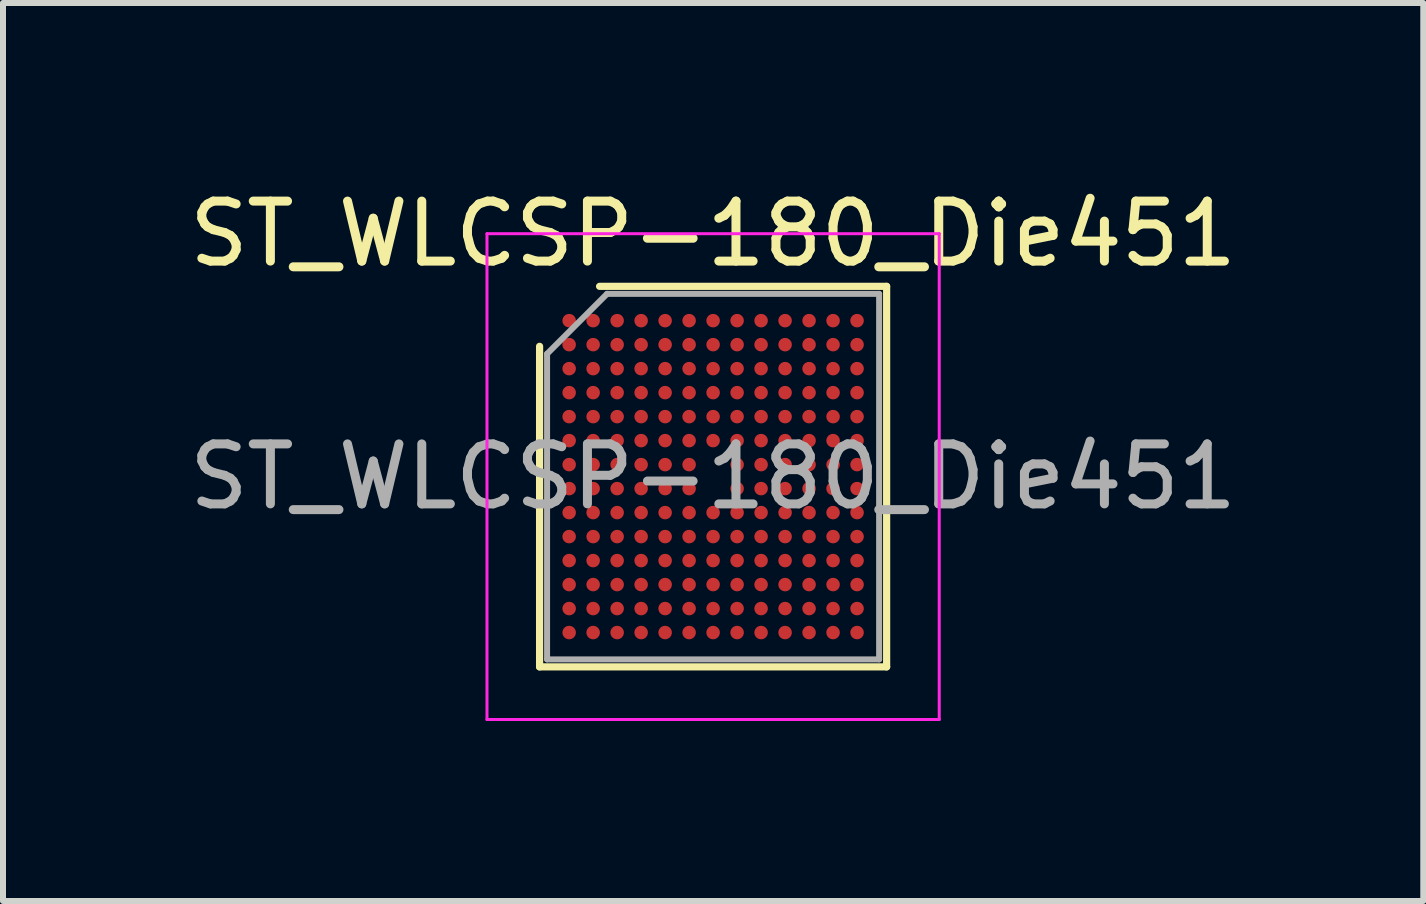
<source format=kicad_pcb>
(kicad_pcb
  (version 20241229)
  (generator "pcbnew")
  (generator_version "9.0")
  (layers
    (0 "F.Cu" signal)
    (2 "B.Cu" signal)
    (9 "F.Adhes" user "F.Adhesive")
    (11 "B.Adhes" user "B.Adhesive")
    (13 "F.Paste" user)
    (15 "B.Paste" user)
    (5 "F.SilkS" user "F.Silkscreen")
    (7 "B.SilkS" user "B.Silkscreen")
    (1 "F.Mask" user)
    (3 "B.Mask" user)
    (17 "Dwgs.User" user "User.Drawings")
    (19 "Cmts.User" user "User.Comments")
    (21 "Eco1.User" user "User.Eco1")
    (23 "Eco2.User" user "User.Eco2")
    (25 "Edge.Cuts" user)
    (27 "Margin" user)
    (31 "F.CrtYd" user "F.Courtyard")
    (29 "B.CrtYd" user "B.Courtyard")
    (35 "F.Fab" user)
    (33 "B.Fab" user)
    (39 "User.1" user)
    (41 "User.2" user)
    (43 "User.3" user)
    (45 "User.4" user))
  (footprint "ST_WLCSP-180_Die451"
    (layer "F.Cu")
    (at 8.839 4.896)
    (property "Reference" "ST_WLCSP-180_Die451" (at 0 -4.048 0) (layer "F.SilkS") (effects (font (size 1 1) (thickness 0.15))))
    (attr smd)
    (fp_line (start -2.893 3.172) (end -2.893 -2.172) (stroke (width 0.12) (type solid)) (layer "F.SilkS"))
    (fp_line (start -1.893 -3.172) (end 2.893 -3.172) (stroke (width 0.12) (type solid)) (layer "F.SilkS"))
    (fp_line (start 2.893 -3.172) (end 2.893 3.172) (stroke (width 0.12) (type solid)) (layer "F.SilkS"))
    (fp_line (start 2.893 3.172) (end -2.893 3.172) (stroke (width 0.12) (type solid)) (layer "F.SilkS"))
    (fp_line (start -3.77 -4.05) (end -3.77 4.05) (stroke (width 0.05) (type solid)) (layer "F.CrtYd"))
    (fp_line (start -3.77 4.05) (end 3.77 4.05) (stroke (width 0.05) (type solid)) (layer "F.CrtYd"))
    (fp_line (start 3.77 -4.05) (end -3.77 -4.05) (stroke (width 0.05) (type solid)) (layer "F.CrtYd"))
    (fp_line (start 3.77 4.05) (end 3.77 -4.05) (stroke (width 0.05) (type solid)) (layer "F.CrtYd"))
    (fp_line (start -2.768 -2.047) (end -1.768 -3.047) (stroke (width 0.1) (type solid)) (layer "F.Fab"))
    (fp_line (start -2.768 3.047) (end -2.768 -2.047) (stroke (width 0.1) (type solid)) (layer "F.Fab"))
    (fp_line (start -1.768 -3.047) (end 2.768 -3.047) (stroke (width 0.1) (type solid)) (layer "F.Fab"))
    (fp_line (start 2.768 -3.047) (end 2.768 3.047) (stroke (width 0.1) (type solid)) (layer "F.Fab"))
    (fp_line (start 2.768 3.047) (end -2.768 3.047) (stroke (width 0.1) (type solid)) (layer "F.Fab"))
    (fp_text user "${REFERENCE}" (at 0 0 0) (layer "F.Fab") (effects (font (size 1 1) (thickness 0.15))))
    (pad "A1" smd circle (at -2.4 -2.6) (size 0.225 0.225) (layers "F.Cu" "F.Mask" "F.Paste"))
    (pad "A2" smd circle (at -2 -2.6) (size 0.225 0.225) (layers "F.Cu" "F.Mask" "F.Paste"))
    (pad "A3" smd circle (at -1.6 -2.6) (size 0.225 0.225) (layers "F.Cu" "F.Mask" "F.Paste"))
    (pad "A4" smd circle (at -1.2 -2.6) (size 0.225 0.225) (layers "F.Cu" "F.Mask" "F.Paste"))
    (pad "A5" smd circle (at -0.8 -2.6) (size 0.225 0.225) (layers "F.Cu" "F.Mask" "F.Paste"))
    (pad "A6" smd circle (at -0.4 -2.6) (size 0.225 0.225) (layers "F.Cu" "F.Mask" "F.Paste"))
    (pad "A7" smd circle (at 0 -2.6) (size 0.225 0.225) (layers "F.Cu" "F.Mask" "F.Paste"))
    (pad "A8" smd circle (at 0.4 -2.6) (size 0.225 0.225) (layers "F.Cu" "F.Mask" "F.Paste"))
    (pad "A9" smd circle (at 0.8 -2.6) (size 0.225 0.225) (layers "F.Cu" "F.Mask" "F.Paste"))
    (pad "A10" smd circle (at 1.2 -2.6) (size 0.225 0.225) (layers "F.Cu" "F.Mask" "F.Paste"))
    (pad "A11" smd circle (at 1.6 -2.6) (size 0.225 0.225) (layers "F.Cu" "F.Mask" "F.Paste"))
    (pad "A12" smd circle (at 2 -2.6) (size 0.225 0.225) (layers "F.Cu" "F.Mask" "F.Paste"))
    (pad "A13" smd circle (at 2.4 -2.6) (size 0.225 0.225) (layers "F.Cu" "F.Mask" "F.Paste"))
    (pad "B1" smd circle (at -2.4 -2.2) (size 0.225 0.225) (layers "F.Cu" "F.Mask" "F.Paste"))
    (pad "B2" smd circle (at -2 -2.2) (size 0.225 0.225) (layers "F.Cu" "F.Mask" "F.Paste"))
    (pad "B3" smd circle (at -1.6 -2.2) (size 0.225 0.225) (layers "F.Cu" "F.Mask" "F.Paste"))
    (pad "B4" smd circle (at -1.2 -2.2) (size 0.225 0.225) (layers "F.Cu" "F.Mask" "F.Paste"))
    (pad "B5" smd circle (at -0.8 -2.2) (size 0.225 0.225) (layers "F.Cu" "F.Mask" "F.Paste"))
    (pad "B6" smd circle (at -0.4 -2.2) (size 0.225 0.225) (layers "F.Cu" "F.Mask" "F.Paste"))
    (pad "B7" smd circle (at 0 -2.2) (size 0.225 0.225) (layers "F.Cu" "F.Mask" "F.Paste"))
    (pad "B8" smd circle (at 0.4 -2.2) (size 0.225 0.225) (layers "F.Cu" "F.Mask" "F.Paste"))
    (pad "B9" smd circle (at 0.8 -2.2) (size 0.225 0.225) (layers "F.Cu" "F.Mask" "F.Paste"))
    (pad "B10" smd circle (at 1.2 -2.2) (size 0.225 0.225) (layers "F.Cu" "F.Mask" "F.Paste"))
    (pad "B11" smd circle (at 1.6 -2.2) (size 0.225 0.225) (layers "F.Cu" "F.Mask" "F.Paste"))
    (pad "B12" smd circle (at 2 -2.2) (size 0.225 0.225) (layers "F.Cu" "F.Mask" "F.Paste"))
    (pad "B13" smd circle (at 2.4 -2.2) (size 0.225 0.225) (layers "F.Cu" "F.Mask" "F.Paste"))
    (pad "C1" smd circle (at -2.4 -1.8) (size 0.225 0.225) (layers "F.Cu" "F.Mask" "F.Paste"))
    (pad "C2" smd circle (at -2 -1.8) (size 0.225 0.225) (layers "F.Cu" "F.Mask" "F.Paste"))
    (pad "C3" smd circle (at -1.6 -1.8) (size 0.225 0.225) (layers "F.Cu" "F.Mask" "F.Paste"))
    (pad "C4" smd circle (at -1.2 -1.8) (size 0.225 0.225) (layers "F.Cu" "F.Mask" "F.Paste"))
    (pad "C5" smd circle (at -0.8 -1.8) (size 0.225 0.225) (layers "F.Cu" "F.Mask" "F.Paste"))
    (pad "C6" smd circle (at -0.4 -1.8) (size 0.225 0.225) (layers "F.Cu" "F.Mask" "F.Paste"))
    (pad "C7" smd circle (at 0 -1.8) (size 0.225 0.225) (layers "F.Cu" "F.Mask" "F.Paste"))
    (pad "C8" smd circle (at 0.4 -1.8) (size 0.225 0.225) (layers "F.Cu" "F.Mask" "F.Paste"))
    (pad "C9" smd circle (at 0.8 -1.8) (size 0.225 0.225) (layers "F.Cu" "F.Mask" "F.Paste"))
    (pad "C10" smd circle (at 1.2 -1.8) (size 0.225 0.225) (layers "F.Cu" "F.Mask" "F.Paste"))
    (pad "C11" smd circle (at 1.6 -1.8) (size 0.225 0.225) (layers "F.Cu" "F.Mask" "F.Paste"))
    (pad "C12" smd circle (at 2 -1.8) (size 0.225 0.225) (layers "F.Cu" "F.Mask" "F.Paste"))
    (pad "C13" smd circle (at 2.4 -1.8) (size 0.225 0.225) (layers "F.Cu" "F.Mask" "F.Paste"))
    (pad "D1" smd circle (at -2.4 -1.4) (size 0.225 0.225) (layers "F.Cu" "F.Mask" "F.Paste"))
    (pad "D2" smd circle (at -2 -1.4) (size 0.225 0.225) (layers "F.Cu" "F.Mask" "F.Paste"))
    (pad "D3" smd circle (at -1.6 -1.4) (size 0.225 0.225) (layers "F.Cu" "F.Mask" "F.Paste"))
    (pad "D4" smd circle (at -1.2 -1.4) (size 0.225 0.225) (layers "F.Cu" "F.Mask" "F.Paste"))
    (pad "D5" smd circle (at -0.8 -1.4) (size 0.225 0.225) (layers "F.Cu" "F.Mask" "F.Paste"))
    (pad "D6" smd circle (at -0.4 -1.4) (size 0.225 0.225) (layers "F.Cu" "F.Mask" "F.Paste"))
    (pad "D7" smd circle (at 0 -1.4) (size 0.225 0.225) (layers "F.Cu" "F.Mask" "F.Paste"))
    (pad "D8" smd circle (at 0.4 -1.4) (size 0.225 0.225) (layers "F.Cu" "F.Mask" "F.Paste"))
    (pad "D9" smd circle (at 0.8 -1.4) (size 0.225 0.225) (layers "F.Cu" "F.Mask" "F.Paste"))
    (pad "D10" smd circle (at 1.2 -1.4) (size 0.225 0.225) (layers "F.Cu" "F.Mask" "F.Paste"))
    (pad "D11" smd circle (at 1.6 -1.4) (size 0.225 0.225) (layers "F.Cu" "F.Mask" "F.Paste"))
    (pad "D12" smd circle (at 2 -1.4) (size 0.225 0.225) (layers "F.Cu" "F.Mask" "F.Paste"))
    (pad "D13" smd circle (at 2.4 -1.4) (size 0.225 0.225) (layers "F.Cu" "F.Mask" "F.Paste"))
    (pad "E1" smd circle (at -2.4 -1) (size 0.225 0.225) (layers "F.Cu" "F.Mask" "F.Paste"))
    (pad "E2" smd circle (at -2 -1) (size 0.225 0.225) (layers "F.Cu" "F.Mask" "F.Paste"))
    (pad "E3" smd circle (at -1.6 -1) (size 0.225 0.225) (layers "F.Cu" "F.Mask" "F.Paste"))
    (pad "E4" smd circle (at -1.2 -1) (size 0.225 0.225) (layers "F.Cu" "F.Mask" "F.Paste"))
    (pad "E5" smd circle (at -0.8 -1) (size 0.225 0.225) (layers "F.Cu" "F.Mask" "F.Paste"))
    (pad "E6" smd circle (at -0.4 -1) (size 0.225 0.225) (layers "F.Cu" "F.Mask" "F.Paste"))
    (pad "E7" smd circle (at 0 -1) (size 0.225 0.225) (layers "F.Cu" "F.Mask" "F.Paste"))
    (pad "E8" smd circle (at 0.4 -1) (size 0.225 0.225) (layers "F.Cu" "F.Mask" "F.Paste"))
    (pad "E9" smd circle (at 0.8 -1) (size 0.225 0.225) (layers "F.Cu" "F.Mask" "F.Paste"))
    (pad "E10" smd circle (at 1.2 -1) (size 0.225 0.225) (layers "F.Cu" "F.Mask" "F.Paste"))
    (pad "E11" smd circle (at 1.6 -1) (size 0.225 0.225) (layers "F.Cu" "F.Mask" "F.Paste"))
    (pad "E12" smd circle (at 2 -1) (size 0.225 0.225) (layers "F.Cu" "F.Mask" "F.Paste"))
    (pad "E13" smd circle (at 2.4 -1) (size 0.225 0.225) (layers "F.Cu" "F.Mask" "F.Paste"))
    (pad "F1" smd circle (at -2.4 -0.6) (size 0.225 0.225) (layers "F.Cu" "F.Mask" "F.Paste"))
    (pad "F2" smd circle (at -2 -0.6) (size 0.225 0.225) (layers "F.Cu" "F.Mask" "F.Paste"))
    (pad "F3" smd circle (at -1.6 -0.6) (size 0.225 0.225) (layers "F.Cu" "F.Mask" "F.Paste"))
    (pad "F4" smd circle (at -1.2 -0.6) (size 0.225 0.225) (layers "F.Cu" "F.Mask" "F.Paste"))
    (pad "F5" smd circle (at -0.8 -0.6) (size 0.225 0.225) (layers "F.Cu" "F.Mask" "F.Paste"))
    (pad "F6" smd circle (at -0.4 -0.6) (size 0.225 0.225) (layers "F.Cu" "F.Mask" "F.Paste"))
    (pad "F7" smd circle (at 0 -0.6) (size 0.225 0.225) (layers "F.Cu" "F.Mask" "F.Paste"))
    (pad "F8" smd circle (at 0.4 -0.6) (size 0.225 0.225) (layers "F.Cu" "F.Mask" "F.Paste"))
    (pad "F9" smd circle (at 0.8 -0.6) (size 0.225 0.225) (layers "F.Cu" "F.Mask" "F.Paste"))
    (pad "F10" smd circle (at 1.2 -0.6) (size 0.225 0.225) (layers "F.Cu" "F.Mask" "F.Paste"))
    (pad "F11" smd circle (at 1.6 -0.6) (size 0.225 0.225) (layers "F.Cu" "F.Mask" "F.Paste"))
    (pad "F12" smd circle (at 2 -0.6) (size 0.225 0.225) (layers "F.Cu" "F.Mask" "F.Paste"))
    (pad "F13" smd circle (at 2.4 -0.6) (size 0.225 0.225) (layers "F.Cu" "F.Mask" "F.Paste"))
    (pad "G1" smd circle (at -2.4 -0.2) (size 0.225 0.225) (layers "F.Cu" "F.Mask" "F.Paste"))
    (pad "G2" smd circle (at -2 -0.2) (size 0.225 0.225) (layers "F.Cu" "F.Mask" "F.Paste"))
    (pad "G3" smd circle (at -1.6 -0.2) (size 0.225 0.225) (layers "F.Cu" "F.Mask" "F.Paste"))
    (pad "G4" smd circle (at -1.2 -0.2) (size 0.225 0.225) (layers "F.Cu" "F.Mask" "F.Paste"))
    (pad "G5" smd circle (at -0.8 -0.2) (size 0.225 0.225) (layers "F.Cu" "F.Mask" "F.Paste"))
    (pad "G6" smd circle (at -0.4 -0.2) (size 0.225 0.225) (layers "F.Cu" "F.Mask" "F.Paste"))
    (pad "G8" smd circle (at 0.4 -0.2) (size 0.225 0.225) (layers "F.Cu" "F.Mask" "F.Paste"))
    (pad "G9" smd circle (at 0.8 -0.2) (size 0.225 0.225) (layers "F.Cu" "F.Mask" "F.Paste"))
    (pad "G10" smd circle (at 1.2 -0.2) (size 0.225 0.225) (layers "F.Cu" "F.Mask" "F.Paste"))
    (pad "G11" smd circle (at 1.6 -0.2) (size 0.225 0.225) (layers "F.Cu" "F.Mask" "F.Paste"))
    (pad "G12" smd circle (at 2 -0.2) (size 0.225 0.225) (layers "F.Cu" "F.Mask" "F.Paste"))
    (pad "G13" smd circle (at 2.4 -0.2) (size 0.225 0.225) (layers "F.Cu" "F.Mask" "F.Paste"))
    (pad "H1" smd circle (at -2.4 0.2) (size 0.225 0.225) (layers "F.Cu" "F.Mask" "F.Paste"))
    (pad "H2" smd circle (at -2 0.2) (size 0.225 0.225) (layers "F.Cu" "F.Mask" "F.Paste"))
    (pad "H3" smd circle (at -1.6 0.2) (size 0.225 0.225) (layers "F.Cu" "F.Mask" "F.Paste"))
    (pad "H4" smd circle (at -1.2 0.2) (size 0.225 0.225) (layers "F.Cu" "F.Mask" "F.Paste"))
    (pad "H5" smd circle (at -0.8 0.2) (size 0.225 0.225) (layers "F.Cu" "F.Mask" "F.Paste"))
    (pad "H6" smd circle (at -0.4 0.2) (size 0.225 0.225) (layers "F.Cu" "F.Mask" "F.Paste"))
    (pad "H8" smd circle (at 0.4 0.2) (size 0.225 0.225) (layers "F.Cu" "F.Mask" "F.Paste"))
    (pad "H9" smd circle (at 0.8 0.2) (size 0.225 0.225) (layers "F.Cu" "F.Mask" "F.Paste"))
    (pad "H10" smd circle (at 1.2 0.2) (size 0.225 0.225) (layers "F.Cu" "F.Mask" "F.Paste"))
    (pad "H11" smd circle (at 1.6 0.2) (size 0.225 0.225) (layers "F.Cu" "F.Mask" "F.Paste"))
    (pad "H12" smd circle (at 2 0.2) (size 0.225 0.225) (layers "F.Cu" "F.Mask" "F.Paste"))
    (pad "H13" smd circle (at 2.4 0.2) (size 0.225 0.225) (layers "F.Cu" "F.Mask" "F.Paste"))
    (pad "J1" smd circle (at -2.4 0.6) (size 0.225 0.225) (layers "F.Cu" "F.Mask" "F.Paste"))
    (pad "J2" smd circle (at -2 0.6) (size 0.225 0.225) (layers "F.Cu" "F.Mask" "F.Paste"))
    (pad "J3" smd circle (at -1.6 0.6) (size 0.225 0.225) (layers "F.Cu" "F.Mask" "F.Paste"))
    (pad "J4" smd circle (at -1.2 0.6) (size 0.225 0.225) (layers "F.Cu" "F.Mask" "F.Paste"))
    (pad "J5" smd circle (at -0.8 0.6) (size 0.225 0.225) (layers "F.Cu" "F.Mask" "F.Paste"))
    (pad "J6" smd circle (at -0.4 0.6) (size 0.225 0.225) (layers "F.Cu" "F.Mask" "F.Paste"))
    (pad "J7" smd circle (at 0 0.6) (size 0.225 0.225) (layers "F.Cu" "F.Mask" "F.Paste"))
    (pad "J8" smd circle (at 0.4 0.6) (size 0.225 0.225) (layers "F.Cu" "F.Mask" "F.Paste"))
    (pad "J9" smd circle (at 0.8 0.6) (size 0.225 0.225) (layers "F.Cu" "F.Mask" "F.Paste"))
    (pad "J10" smd circle (at 1.2 0.6) (size 0.225 0.225) (layers "F.Cu" "F.Mask" "F.Paste"))
    (pad "J11" smd circle (at 1.6 0.6) (size 0.225 0.225) (layers "F.Cu" "F.Mask" "F.Paste"))
    (pad "J12" smd circle (at 2 0.6) (size 0.225 0.225) (layers "F.Cu" "F.Mask" "F.Paste"))
    (pad "J13" smd circle (at 2.4 0.6) (size 0.225 0.225) (layers "F.Cu" "F.Mask" "F.Paste"))
    (pad "K1" smd circle (at -2.4 1) (size 0.225 0.225) (layers "F.Cu" "F.Mask" "F.Paste"))
    (pad "K2" smd circle (at -2 1) (size 0.225 0.225) (layers "F.Cu" "F.Mask" "F.Paste"))
    (pad "K3" smd circle (at -1.6 1) (size 0.225 0.225) (layers "F.Cu" "F.Mask" "F.Paste"))
    (pad "K4" smd circle (at -1.2 1) (size 0.225 0.225) (layers "F.Cu" "F.Mask" "F.Paste"))
    (pad "K5" smd circle (at -0.8 1) (size 0.225 0.225) (layers "F.Cu" "F.Mask" "F.Paste"))
    (pad "K6" smd circle (at -0.4 1) (size 0.225 0.225) (layers "F.Cu" "F.Mask" "F.Paste"))
    (pad "K7" smd circle (at 0 1) (size 0.225 0.225) (layers "F.Cu" "F.Mask" "F.Paste"))
    (pad "K8" smd circle (at 0.4 1) (size 0.225 0.225) (layers "F.Cu" "F.Mask" "F.Paste"))
    (pad "K9" smd circle (at 0.8 1) (size 0.225 0.225) (layers "F.Cu" "F.Mask" "F.Paste"))
    (pad "K10" smd circle (at 1.2 1) (size 0.225 0.225) (layers "F.Cu" "F.Mask" "F.Paste"))
    (pad "K11" smd circle (at 1.6 1) (size 0.225 0.225) (layers "F.Cu" "F.Mask" "F.Paste"))
    (pad "K12" smd circle (at 2 1) (size 0.225 0.225) (layers "F.Cu" "F.Mask" "F.Paste"))
    (pad "K13" smd circle (at 2.4 1) (size 0.225 0.225) (layers "F.Cu" "F.Mask" "F.Paste"))
    (pad "L1" smd circle (at -2.4 1.4) (size 0.225 0.225) (layers "F.Cu" "F.Mask" "F.Paste"))
    (pad "L2" smd circle (at -2 1.4) (size 0.225 0.225) (layers "F.Cu" "F.Mask" "F.Paste"))
    (pad "L3" smd circle (at -1.6 1.4) (size 0.225 0.225) (layers "F.Cu" "F.Mask" "F.Paste"))
    (pad "L4" smd circle (at -1.2 1.4) (size 0.225 0.225) (layers "F.Cu" "F.Mask" "F.Paste"))
    (pad "L5" smd circle (at -0.8 1.4) (size 0.225 0.225) (layers "F.Cu" "F.Mask" "F.Paste"))
    (pad "L6" smd circle (at -0.4 1.4) (size 0.225 0.225) (layers "F.Cu" "F.Mask" "F.Paste"))
    (pad "L7" smd circle (at 0 1.4) (size 0.225 0.225) (layers "F.Cu" "F.Mask" "F.Paste"))
    (pad "L8" smd circle (at 0.4 1.4) (size 0.225 0.225) (layers "F.Cu" "F.Mask" "F.Paste"))
    (pad "L9" smd circle (at 0.8 1.4) (size 0.225 0.225) (layers "F.Cu" "F.Mask" "F.Paste"))
    (pad "L10" smd circle (at 1.2 1.4) (size 0.225 0.225) (layers "F.Cu" "F.Mask" "F.Paste"))
    (pad "L11" smd circle (at 1.6 1.4) (size 0.225 0.225) (layers "F.Cu" "F.Mask" "F.Paste"))
    (pad "L12" smd circle (at 2 1.4) (size 0.225 0.225) (layers "F.Cu" "F.Mask" "F.Paste"))
    (pad "L13" smd circle (at 2.4 1.4) (size 0.225 0.225) (layers "F.Cu" "F.Mask" "F.Paste"))
    (pad "M1" smd circle (at -2.4 1.8) (size 0.225 0.225) (layers "F.Cu" "F.Mask" "F.Paste"))
    (pad "M2" smd circle (at -2 1.8) (size 0.225 0.225) (layers "F.Cu" "F.Mask" "F.Paste"))
    (pad "M3" smd circle (at -1.6 1.8) (size 0.225 0.225) (layers "F.Cu" "F.Mask" "F.Paste"))
    (pad "M4" smd circle (at -1.2 1.8) (size 0.225 0.225) (layers "F.Cu" "F.Mask" "F.Paste"))
    (pad "M5" smd circle (at -0.8 1.8) (size 0.225 0.225) (layers "F.Cu" "F.Mask" "F.Paste"))
    (pad "M6" smd circle (at -0.4 1.8) (size 0.225 0.225) (layers "F.Cu" "F.Mask" "F.Paste"))
    (pad "M7" smd circle (at 0 1.8) (size 0.225 0.225) (layers "F.Cu" "F.Mask" "F.Paste"))
    (pad "M8" smd circle (at 0.4 1.8) (size 0.225 0.225) (layers "F.Cu" "F.Mask" "F.Paste"))
    (pad "M9" smd circle (at 0.8 1.8) (size 0.225 0.225) (layers "F.Cu" "F.Mask" "F.Paste"))
    (pad "M10" smd circle (at 1.2 1.8) (size 0.225 0.225) (layers "F.Cu" "F.Mask" "F.Paste"))
    (pad "M11" smd circle (at 1.6 1.8) (size 0.225 0.225) (layers "F.Cu" "F.Mask" "F.Paste"))
    (pad "M12" smd circle (at 2 1.8) (size 0.225 0.225) (layers "F.Cu" "F.Mask" "F.Paste"))
    (pad "M13" smd circle (at 2.4 1.8) (size 0.225 0.225) (layers "F.Cu" "F.Mask" "F.Paste"))
    (pad "N1" smd circle (at -2.4 2.2) (size 0.225 0.225) (layers "F.Cu" "F.Mask" "F.Paste"))
    (pad "N2" smd circle (at -2 2.2) (size 0.225 0.225) (layers "F.Cu" "F.Mask" "F.Paste"))
    (pad "N3" smd circle (at -1.6 2.2) (size 0.225 0.225) (layers "F.Cu" "F.Mask" "F.Paste"))
    (pad "N4" smd circle (at -1.2 2.2) (size 0.225 0.225) (layers "F.Cu" "F.Mask" "F.Paste"))
    (pad "N5" smd circle (at -0.8 2.2) (size 0.225 0.225) (layers "F.Cu" "F.Mask" "F.Paste"))
    (pad "N6" smd circle (at -0.4 2.2) (size 0.225 0.225) (layers "F.Cu" "F.Mask" "F.Paste"))
    (pad "N7" smd circle (at 0 2.2) (size 0.225 0.225) (layers "F.Cu" "F.Mask" "F.Paste"))
    (pad "N8" smd circle (at 0.4 2.2) (size 0.225 0.225) (layers "F.Cu" "F.Mask" "F.Paste"))
    (pad "N9" smd circle (at 0.8 2.2) (size 0.225 0.225) (layers "F.Cu" "F.Mask" "F.Paste"))
    (pad "N10" smd circle (at 1.2 2.2) (size 0.225 0.225) (layers "F.Cu" "F.Mask" "F.Paste"))
    (pad "N11" smd circle (at 1.6 2.2) (size 0.225 0.225) (layers "F.Cu" "F.Mask" "F.Paste"))
    (pad "N12" smd circle (at 2 2.2) (size 0.225 0.225) (layers "F.Cu" "F.Mask" "F.Paste"))
    (pad "N13" smd circle (at 2.4 2.2) (size 0.225 0.225) (layers "F.Cu" "F.Mask" "F.Paste"))
    (pad "P1" smd circle (at -2.4 2.6) (size 0.225 0.225) (layers "F.Cu" "F.Mask" "F.Paste"))
    (pad "P2" smd circle (at -2 2.6) (size 0.225 0.225) (layers "F.Cu" "F.Mask" "F.Paste"))
    (pad "P3" smd circle (at -1.6 2.6) (size 0.225 0.225) (layers "F.Cu" "F.Mask" "F.Paste"))
    (pad "P4" smd circle (at -1.2 2.6) (size 0.225 0.225) (layers "F.Cu" "F.Mask" "F.Paste"))
    (pad "P5" smd circle (at -0.8 2.6) (size 0.225 0.225) (layers "F.Cu" "F.Mask" "F.Paste"))
    (pad "P6" smd circle (at -0.4 2.6) (size 0.225 0.225) (layers "F.Cu" "F.Mask" "F.Paste"))
    (pad "P7" smd circle (at 0 2.6) (size 0.225 0.225) (layers "F.Cu" "F.Mask" "F.Paste"))
    (pad "P8" smd circle (at 0.4 2.6) (size 0.225 0.225) (layers "F.Cu" "F.Mask" "F.Paste"))
    (pad "P9" smd circle (at 0.8 2.6) (size 0.225 0.225) (layers "F.Cu" "F.Mask" "F.Paste"))
    (pad "P10" smd circle (at 1.2 2.6) (size 0.225 0.225) (layers "F.Cu" "F.Mask" "F.Paste"))
    (pad "P11" smd circle (at 1.6 2.6) (size 0.225 0.225) (layers "F.Cu" "F.Mask" "F.Paste"))
    (pad "P12" smd circle (at 2 2.6) (size 0.225 0.225) (layers "F.Cu" "F.Mask" "F.Paste"))
    (pad "P13" smd circle (at 2.4 2.6) (size 0.225 0.225) (layers "F.Cu" "F.Mask" "F.Paste")))
  (gr_rect
    (start -3 -3)
    (end 20.679 11.971)
    (stroke (width 0.1) (type default))
    (fill no)
    (layer "Edge.Cuts")))
</source>
